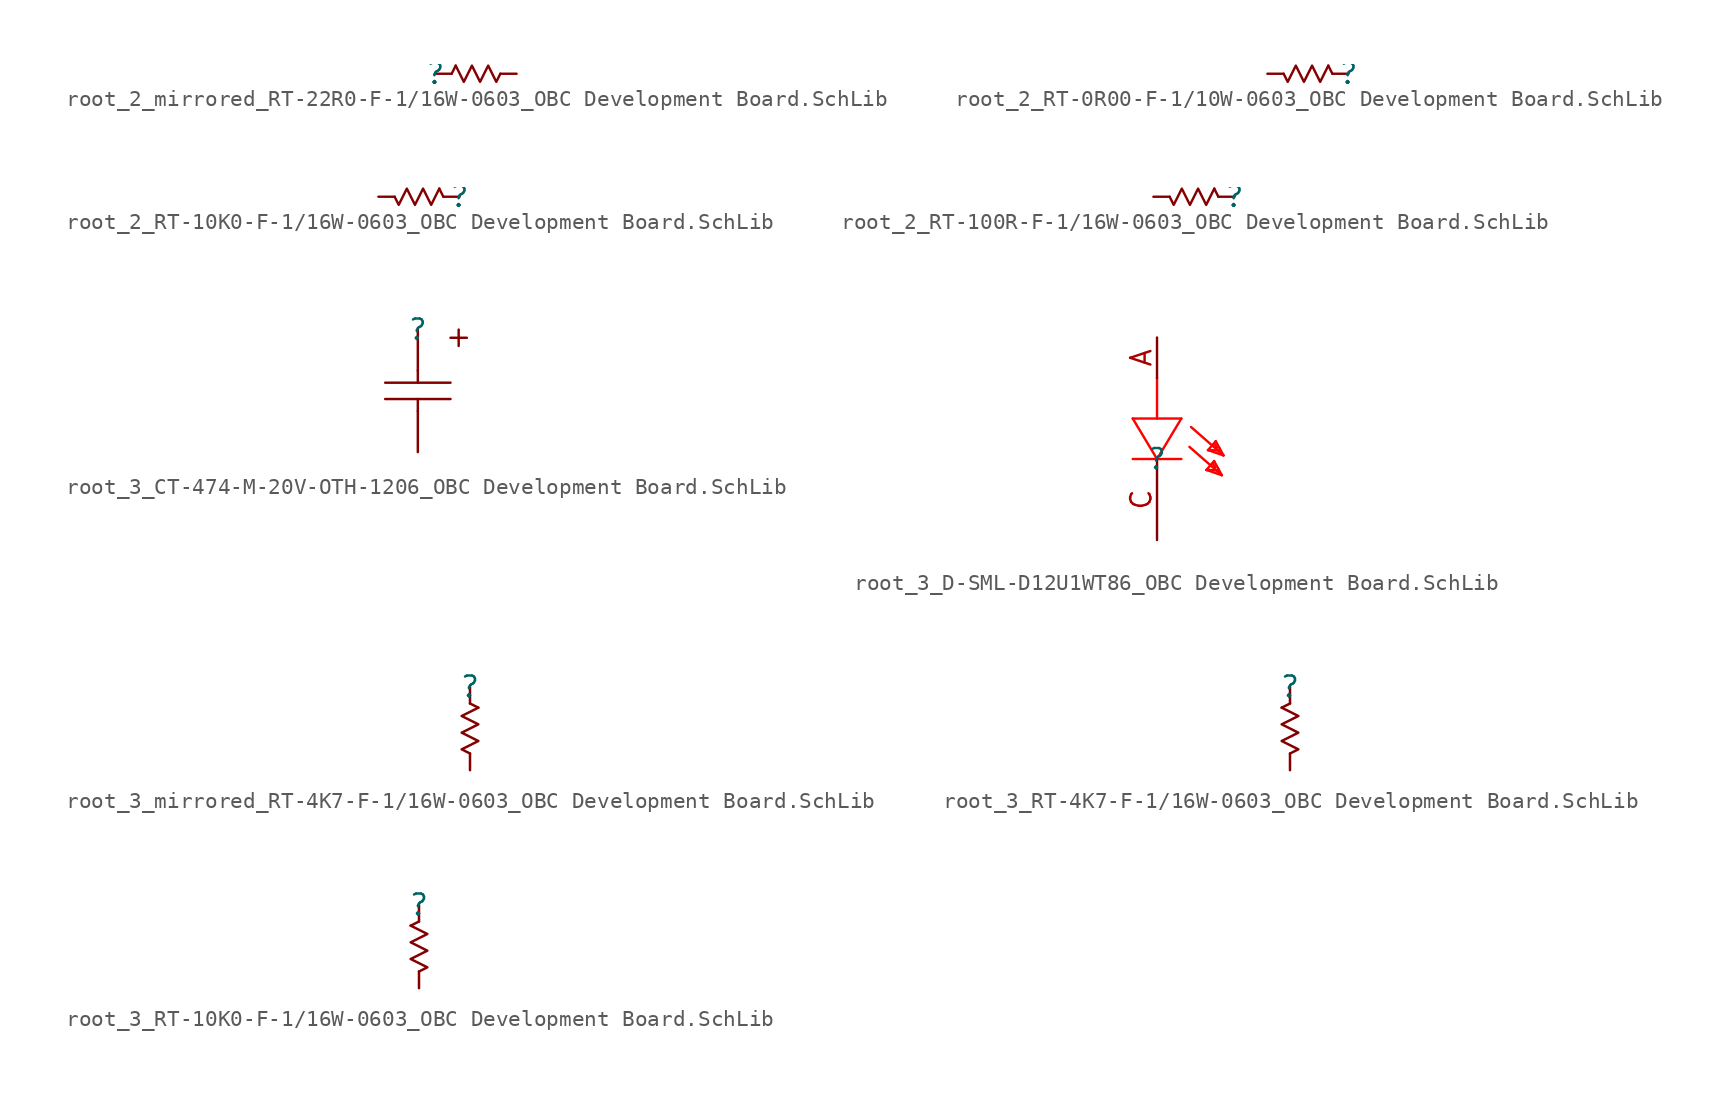
<source format=kicad_sym>
(kicad_symbol_lib
  (version 20241209)
  (generator "kicad_symbol_editor")
  (generator_version "9.0")
  (symbol "root_2_mirrored_RT-22R0-F-1/16W-0603_OBC Development Board.SchLib"
    (pin_numbers
      (hide yes))
    (pin_names
      (hide yes))
    (property "Reference" ""
      (at 0 0 0)
      (effects (font (size 1.27 1.27))))
    (property "Value" ""
      (at 0 0 0)
      (effects (font (size 1.27 1.27))))
    (symbol "root_2_mirrored_RT-22R0-F-1/16W-0603_OBC Development Board.SchLib_1_0"
      (polyline (pts (xy 1.27 0.508) (xy 1.016 0)) (stroke (width 0) (type solid)) (fill (type none)))
      (polyline (pts (xy 1.27 0.508) (xy 1.778 -0.508) (xy 2.286 0.508) (xy 2.794 -0.508) (xy 3.302 0.508) (xy 3.81 -0.508) (xy 4.064 0)) (stroke (width 0) (type solid)) (fill (type none)))
      (pin passive line (at 0 0 0) (length 1.016) (name "" (effects (font (size 1.27 1.27)))) (number "1" (effects (font (size 1.27 1.27)))))
      (pin passive line (at 5.08 0 180) (length 1.016) (name "" (effects (font (size 1.27 1.27)))) (number "2" (effects (font (size 1.27 1.27)))))))
  (symbol "root_2_RT-0R00-F-1/10W-0603_OBC Development Board.SchLib"
    (pin_numbers
      (hide yes))
    (pin_names
      (hide yes))
    (property "Reference" ""
      (at 0 0 0)
      (effects (font (size 1.27 1.27))))
    (property "Value" ""
      (at 0 0 0)
      (effects (font (size 1.27 1.27))))
    (symbol "root_2_RT-0R00-F-1/10W-0603_OBC Development Board.SchLib_1_0"
      (polyline (pts (xy -1.27 0.508) (xy -1.016 0)) (stroke (width 0) (type solid)) (fill (type none)))
      (polyline (pts (xy -1.27 0.508) (xy -1.778 -0.508) (xy -2.286 0.508) (xy -2.794 -0.508) (xy -3.302 0.508) (xy -3.81 -0.508) (xy -4.064 0)) (stroke (width 0) (type solid)) (fill (type none)))
      (pin passive line (at -5.08 0 0) (length 1.016) (name "" (effects (font (size 1.27 1.27)))) (number "2" (effects (font (size 1.27 1.27)))))
      (pin passive line (at 0 0 180) (length 1.016) (name "" (effects (font (size 1.27 1.27)))) (number "1" (effects (font (size 1.27 1.27)))))))
  (symbol "root_2_RT-10K0-F-1/16W-0603_OBC Development Board.SchLib"
    (pin_numbers
      (hide yes))
    (pin_names
      (hide yes))
    (property "Reference" ""
      (at 0 0 0)
      (effects (font (size 1.27 1.27))))
    (property "Value" ""
      (at 0 0 0)
      (effects (font (size 1.27 1.27))))
    (symbol "root_2_RT-10K0-F-1/16W-0603_OBC Development Board.SchLib_1_0"
      (polyline (pts (xy -1.27 0.508) (xy -1.016 0)) (stroke (width 0) (type solid)) (fill (type none)))
      (polyline (pts (xy -1.27 0.508) (xy -1.778 -0.508) (xy -2.286 0.508) (xy -2.794 -0.508) (xy -3.302 0.508) (xy -3.81 -0.508) (xy -4.064 0)) (stroke (width 0) (type solid)) (fill (type none)))
      (pin passive line (at -5.08 0 0) (length 1.016) (name "" (effects (font (size 1.27 1.27)))) (number "2" (effects (font (size 1.27 1.27)))))
      (pin passive line (at 0 0 180) (length 1.016) (name "" (effects (font (size 1.27 1.27)))) (number "1" (effects (font (size 1.27 1.27)))))))
  (symbol "root_2_RT-100R-F-1/16W-0603_OBC Development Board.SchLib"
    (pin_numbers
      (hide yes))
    (pin_names
      (hide yes))
    (property "Reference" ""
      (at 0 0 0)
      (effects (font (size 1.27 1.27))))
    (property "Value" ""
      (at 0 0 0)
      (effects (font (size 1.27 1.27))))
    (symbol "root_2_RT-100R-F-1/16W-0603_OBC Development Board.SchLib_1_0"
      (polyline (pts (xy -1.27 0.508) (xy -1.016 0)) (stroke (width 0) (type solid)) (fill (type none)))
      (polyline (pts (xy -1.27 0.508) (xy -1.778 -0.508) (xy -2.286 0.508) (xy -2.794 -0.508) (xy -3.302 0.508) (xy -3.81 -0.508) (xy -4.064 0)) (stroke (width 0) (type solid)) (fill (type none)))
      (pin passive line (at -5.08 0 0) (length 1.016) (name "" (effects (font (size 1.27 1.27)))) (number "2" (effects (font (size 1.27 1.27)))))
      (pin passive line (at 0 0 180) (length 1.016) (name "" (effects (font (size 1.27 1.27)))) (number "1" (effects (font (size 1.27 1.27)))))))
  (symbol "root_3_CT-474-M-20V-OTH-1206_OBC Development Board.SchLib"
    (pin_numbers
      (hide yes))
    (pin_names
      (hide yes))
    (property "Reference" ""
      (at 0 0 0)
      (effects (font (size 1.27 1.27))))
    (property "Value" ""
      (at 0 0 0)
      (effects (font (size 1.27 1.27))))
    (symbol "root_3_CT-474-M-20V-OTH-1206_OBC Development Board.SchLib_1_0"
      (polyline (pts (xy -2.032 -3.302) (xy 2.032 -3.302)) (stroke (width 0) (type solid)) (fill (type none)))
      (polyline (pts (xy 0 -2.54) (xy 0 -3.302)) (stroke (width 0) (type solid)) (fill (type none)))
      (polyline (pts (xy 0 -5.08) (xy 0 -4.318)) (stroke (width 0) (type solid)) (fill (type none)))
      (polyline (pts (xy 2.032 -0.508) (xy 3.048 -0.508)) (stroke (width 0) (type solid)) (fill (type none)))
      (polyline (pts (xy 2.032 -4.318) (xy -2.032 -4.318)) (stroke (width 0) (type solid)) (fill (type none)))
      (polyline (pts (xy 2.54 -1.016) (xy 2.54 0)) (stroke (width 0) (type solid)) (fill (type none)))
      (pin passive line (at 0 0 270) (length 2.54) (name "1" (effects (font (size 1.27 1.27)))) (number "1" (effects (font (size 1.27 1.27)))))
      (pin passive line (at 0 -7.62 90) (length 2.54) (name "2" (effects (font (size 1.27 1.27)))) (number "2" (effects (font (size 1.27 1.27)))))))
  (symbol "root_3_D-SML-D12U1WT86_OBC Development Board.SchLib"
    (pin_names
      (hide yes))
    (property "Reference" ""
      (at 0 0 0)
      (effects (font (size 1.27 1.27))))
    (property "Value" ""
      (at 0 0 0)
      (effects (font (size 1.27 1.27))))
    (symbol "root_3_D-SML-D12U1WT86_OBC Development Board.SchLib_1_0"
      (polyline (pts (xy -1.524 2.54) (xy 0 0)) (stroke (width 0) (type solid) (color 255 0 0 1)) (fill (type none)))
      (polyline (pts (xy 0 2.54) (xy -1.524 2.54)) (stroke (width 0) (type solid) (color 255 0 0 1)) (fill (type none)))
      (polyline (pts (xy 0 2.54) (xy 0 5.08)) (stroke (width 0) (type solid) (color 255 0 0 1)) (fill (type none)))
      (polyline (pts (xy 0 0) (xy 1.524 2.54)) (stroke (width 0) (type solid) (color 255 0 0 1)) (fill (type none)))
      (polyline (pts (xy 1.524 2.54) (xy 0 2.54)) (stroke (width 0) (type solid) (color 255 0 0 1)) (fill (type none)))
      (polyline (pts (xy 1.524 0) (xy -1.524 0)) (stroke (width 0) (type solid) (color 255 0 0 1)) (fill (type none)))
      (polyline (pts (xy 3.099 -0.686) (xy 3.581 -0.127)) (stroke (width 0) (type solid) (color 255 0 0 1)) (fill (type none)))
      (polyline (pts (xy 3.099 -0.686) (xy 3.835 -0.711)) (stroke (width 0) (type solid) (color 255 0 0 1)) (fill (type none)))
      (polyline (pts (xy 3.2 0.559) (xy 3.683 1.118)) (stroke (width 0) (type solid) (color 255 0 0 1)) (fill (type none)))
      (polyline (pts (xy 3.2 0.559) (xy 3.937 0.533)) (stroke (width 0) (type solid) (color 255 0 0 1)) (fill (type none)))
      (polyline (pts (xy 3.505 -0.305) (xy 3.658 -0.533)) (stroke (width 0) (type solid) (color 255 0 0 1)) (fill (type none)))
      (polyline (pts (xy 3.581 -0.127) (xy 4.064 -1.016)) (stroke (width 0) (type solid) (color 255 0 0 1)) (fill (type none)))
      (polyline (pts (xy 3.607 0.94) (xy 3.759 0.711)) (stroke (width 0) (type solid) (color 255 0 0 1)) (fill (type none)))
      (polyline (pts (xy 3.683 1.118) (xy 4.166 0.229)) (stroke (width 0) (type solid) (color 255 0 0 1)) (fill (type none)))
      (polyline (pts (xy 3.835 -0.711) (xy 3.835 -0.584)) (stroke (width 0) (type solid) (color 255 0 0 1)) (fill (type none)))
      (polyline (pts (xy 3.937 0.533) (xy 3.937 0.66)) (stroke (width 0) (type solid) (color 255 0 0 1)) (fill (type none)))
      (polyline (pts (xy 4.064 -1.016) (xy 2.032 0.762)) (stroke (width 0) (type solid) (color 255 0 0 1)) (fill (type none)))
      (polyline (pts (xy 4.064 -1.016) (xy 3.099 -0.686)) (stroke (width 0) (type solid) (color 255 0 0 1)) (fill (type none)))
      (polyline (pts (xy 4.166 0.229) (xy 2.134 2.007)) (stroke (width 0) (type solid) (color 255 0 0 1)) (fill (type none)))
      (polyline (pts (xy 4.166 0.229) (xy 3.2 0.559)) (stroke (width 0) (type solid) (color 255 0 0 1)) (fill (type none)))
      (pin passive line (at 0 7.62 270) (length 2.54) (name "A" (effects (font (size 1.27 1.27)))) (number "A" (effects (font (size 1.27 1.27)))))
      (pin passive line (at 0 -5.08 90) (length 5.08) (name "C" (effects (font (size 1.27 1.27)))) (number "C" (effects (font (size 1.27 1.27)))))))
  (symbol "root_3_mirrored_RT-4K7-F-1/16W-0603_OBC Development Board.SchLib"
    (pin_numbers
      (hide yes))
    (pin_names
      (hide yes))
    (property "Reference" ""
      (at 0 0 0)
      (effects (font (size 1.27 1.27))))
    (property "Value" ""
      (at 0 0 0)
      (effects (font (size 1.27 1.27))))
    (symbol "root_3_mirrored_RT-4K7-F-1/16W-0603_OBC Development Board.SchLib_1_0"
      (polyline (pts (xy 0.508 -1.27) (xy 0 -1.016)) (stroke (width 0) (type solid)) (fill (type none)))
      (polyline (pts (xy 0.508 -1.27) (xy -0.508 -1.778) (xy 0.508 -2.286) (xy -0.508 -2.794) (xy 0.508 -3.302) (xy -0.508 -3.81) (xy 0 -4.064)) (stroke (width 0) (type solid)) (fill (type none)))
      (pin passive line (at 0 0 270) (length 1.016) (name "" (effects (font (size 1.27 1.27)))) (number "1" (effects (font (size 1.27 1.27)))))
      (pin passive line (at 0 -5.08 90) (length 1.016) (name "" (effects (font (size 1.27 1.27)))) (number "2" (effects (font (size 1.27 1.27)))))))
  (symbol "root_3_RT-4K7-F-1/16W-0603_OBC Development Board.SchLib"
    (pin_numbers
      (hide yes))
    (pin_names
      (hide yes))
    (property "Reference" ""
      (at 0 0 0)
      (effects (font (size 1.27 1.27))))
    (property "Value" ""
      (at 0 0 0)
      (effects (font (size 1.27 1.27))))
    (symbol "root_3_RT-4K7-F-1/16W-0603_OBC Development Board.SchLib_1_0"
      (polyline (pts (xy -0.508 -1.27) (xy 0 -1.016)) (stroke (width 0) (type solid)) (fill (type none)))
      (polyline (pts (xy -0.508 -1.27) (xy 0.508 -1.778) (xy -0.508 -2.286) (xy 0.508 -2.794) (xy -0.508 -3.302) (xy 0.508 -3.81) (xy 0 -4.064)) (stroke (width 0) (type solid)) (fill (type none)))
      (pin passive line (at 0 0 270) (length 1.016) (name "" (effects (font (size 1.27 1.27)))) (number "1" (effects (font (size 1.27 1.27)))))
      (pin passive line (at 0 -5.08 90) (length 1.016) (name "" (effects (font (size 1.27 1.27)))) (number "2" (effects (font (size 1.27 1.27)))))))
  (symbol "root_3_RT-10K0-F-1/16W-0603_OBC Development Board.SchLib"
    (pin_numbers
      (hide yes))
    (pin_names
      (hide yes))
    (property "Reference" ""
      (at 0 0 0)
      (effects (font (size 1.27 1.27))))
    (property "Value" ""
      (at 0 0 0)
      (effects (font (size 1.27 1.27))))
    (symbol "root_3_RT-10K0-F-1/16W-0603_OBC Development Board.SchLib_1_0"
      (polyline (pts (xy -0.508 -1.27) (xy 0 -1.016)) (stroke (width 0) (type solid)) (fill (type none)))
      (polyline (pts (xy -0.508 -1.27) (xy 0.508 -1.778) (xy -0.508 -2.286) (xy 0.508 -2.794) (xy -0.508 -3.302) (xy 0.508 -3.81) (xy 0 -4.064)) (stroke (width 0) (type solid)) (fill (type none)))
      (pin passive line (at 0 0 270) (length 1.016) (name "" (effects (font (size 1.27 1.27)))) (number "1" (effects (font (size 1.27 1.27)))))
      (pin passive line (at 0 -5.08 90) (length 1.016) (name "" (effects (font (size 1.27 1.27)))) (number "2" (effects (font (size 1.27 1.27))))))))
</source>
